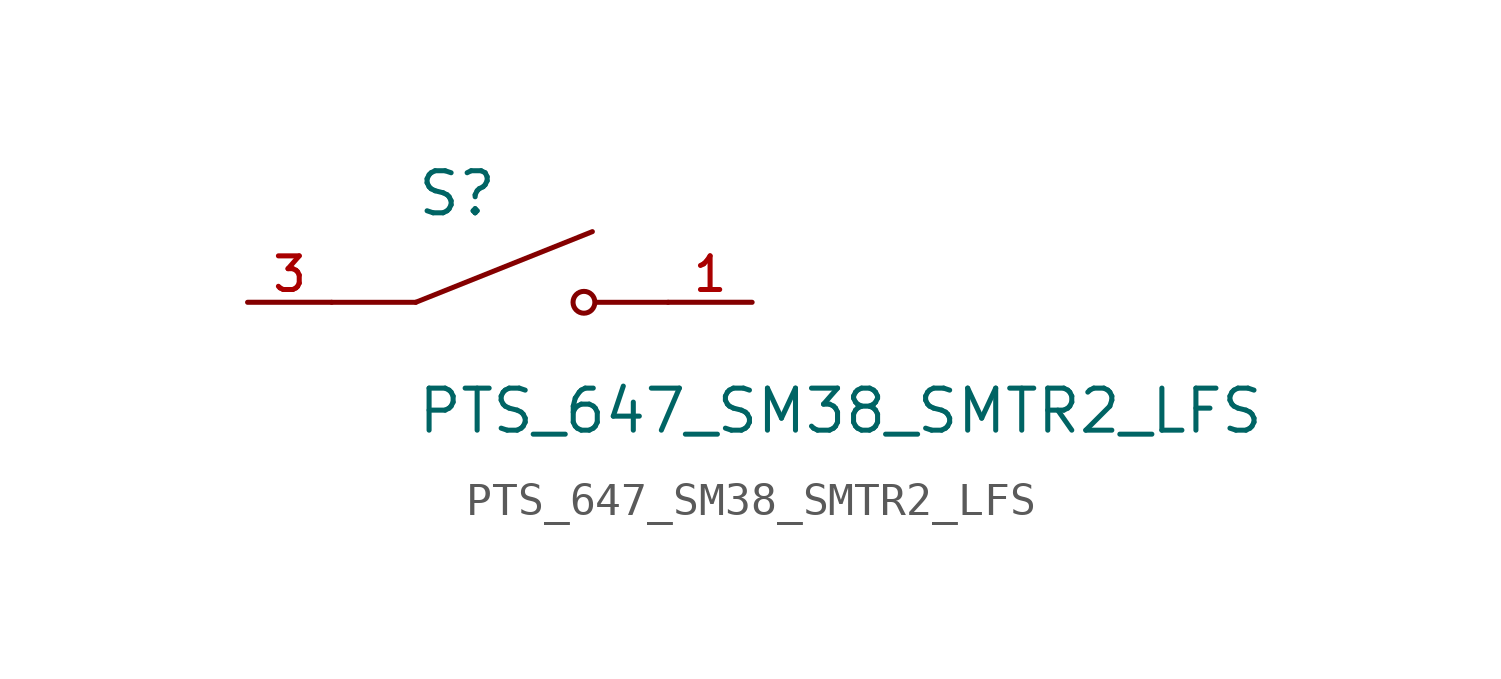
<source format=kicad_sym>
(kicad_symbol_lib
  (version 20220914)
  (generator kicad_symbol_editor)
  (symbol "PTS_647_SM38_SMTR2_LFS"
    (pin_names
      (offset 1.016))
    (property "Reference" "S"
      (at -2.54 2.54 0)
      (effects (font (size 1.27 1.27)) (justify left bottom)))
    (property "Value" "PTS_647_SM38_SMTR2_LFS"
      (at -2.54 -2.54 0)
      (effects (font (size 1.27 1.27)) (justify left top)))
    (symbol "PTS_647_SM38_SMTR2_LFS_0_0"
      (polyline (pts (xy -2.54 0) (xy -5.08 0)) (stroke (width 0.152) (type default)) (fill (type none)))
      (polyline (pts (xy -2.54 0) (xy 2.794 2.134)) (stroke (width 0.152) (type default)) (fill (type none)))
      (polyline (pts (xy 5.08 0) (xy 2.921 0)) (stroke (width 0.152) (type default)) (fill (type none)))
      (circle (center 2.54 0) (radius 0.33) (stroke (width 0.152) (type default)) (fill (type none)))
      (pin passive line (at 7.62 0 180) (length 2.54) (name "~" (effects (font (size 1.016 1.016)))) (number "1" (effects (font (size 1.016 1.016)))))
      (pin passive line (at -7.62 0 0) (length 2.54) (name "~" (effects (font (size 1.016 1.016)))) (number "3" (effects (font (size 1.016 1.016))))))))
</source>
